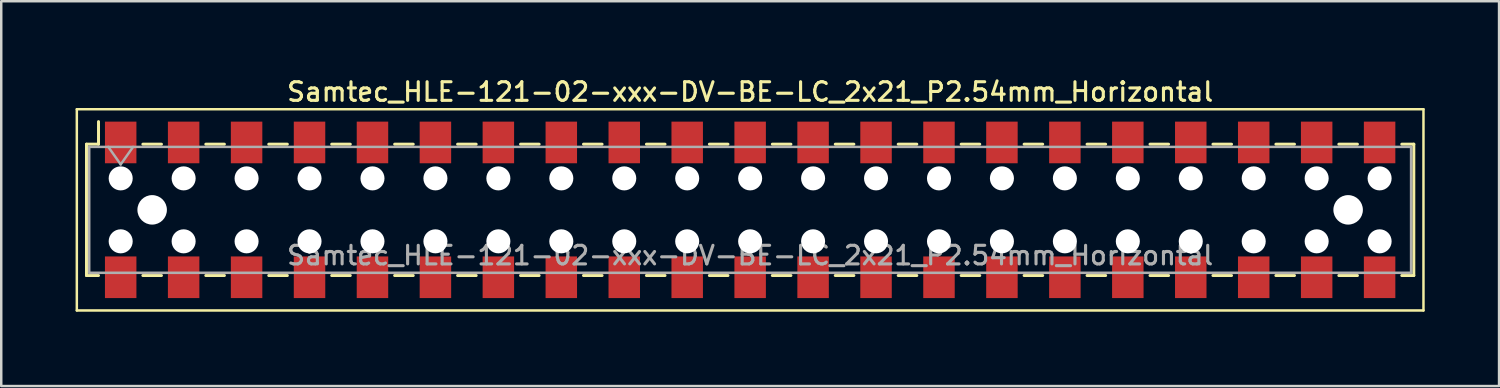
<source format=kicad_pcb>
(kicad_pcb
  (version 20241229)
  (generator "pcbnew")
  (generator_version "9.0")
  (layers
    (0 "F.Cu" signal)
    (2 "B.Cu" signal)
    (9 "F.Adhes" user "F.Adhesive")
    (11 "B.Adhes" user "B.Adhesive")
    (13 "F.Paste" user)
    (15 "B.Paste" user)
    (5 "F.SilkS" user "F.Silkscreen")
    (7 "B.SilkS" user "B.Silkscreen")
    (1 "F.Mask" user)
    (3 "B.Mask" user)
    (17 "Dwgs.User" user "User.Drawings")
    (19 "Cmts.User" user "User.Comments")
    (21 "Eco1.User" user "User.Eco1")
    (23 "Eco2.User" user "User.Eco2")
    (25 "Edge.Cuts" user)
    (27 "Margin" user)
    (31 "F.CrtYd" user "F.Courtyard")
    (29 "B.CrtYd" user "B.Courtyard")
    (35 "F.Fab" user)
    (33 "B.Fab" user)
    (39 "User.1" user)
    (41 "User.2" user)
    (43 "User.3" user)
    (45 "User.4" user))
  (footprint "Samtec_HLE-121-02-xxx-DV-BE-LC_2x21_P2.54mm_Horizontal"
    (layer "F.Cu")
    (at 27.22 5.418)
    (property "Reference" "Samtec_HLE-121-02-xxx-DV-BE-LC_2x21_P2.54mm_Horizontal" (at 0 -4.76 0) (layer "F.SilkS") (effects (font (size 0.75 0.75) (thickness 0.125))))
    (attr smd)
    (fp_line (start -27.17 -4.06) (end 27.17 -4.06) (stroke (width 0.1) (type solid)) (layer "F.SilkS"))
    (fp_line (start -27.17 4.06) (end -27.17 -4.06) (stroke (width 0.1) (type solid)) (layer "F.SilkS"))
    (fp_line (start -26.78 -2.65) (end -26.78 2.65) (stroke (width 0.12) (type solid)) (layer "F.SilkS"))
    (fp_line (start -26.78 2.65) (end -26.295 2.65) (stroke (width 0.12) (type solid)) (layer "F.SilkS"))
    (fp_line (start -26.295 -3.56) (end -26.295 -2.65) (stroke (width 0.12) (type solid)) (layer "F.SilkS"))
    (fp_line (start -26.295 -2.65) (end -26.78 -2.65) (stroke (width 0.12) (type solid)) (layer "F.SilkS"))
    (fp_line (start -24.505 -2.65) (end -23.755 -2.65) (stroke (width 0.12) (type solid)) (layer "F.SilkS"))
    (fp_line (start -24.505 2.65) (end -23.755 2.65) (stroke (width 0.12) (type solid)) (layer "F.SilkS"))
    (fp_line (start -21.965 -2.65) (end -21.215 -2.65) (stroke (width 0.12) (type solid)) (layer "F.SilkS"))
    (fp_line (start -21.965 2.65) (end -21.215 2.65) (stroke (width 0.12) (type solid)) (layer "F.SilkS"))
    (fp_line (start -19.425 -2.65) (end -18.675 -2.65) (stroke (width 0.12) (type solid)) (layer "F.SilkS"))
    (fp_line (start -19.425 2.65) (end -18.675 2.65) (stroke (width 0.12) (type solid)) (layer "F.SilkS"))
    (fp_line (start -16.885 -2.65) (end -16.135 -2.65) (stroke (width 0.12) (type solid)) (layer "F.SilkS"))
    (fp_line (start -16.885 2.65) (end -16.135 2.65) (stroke (width 0.12) (type solid)) (layer "F.SilkS"))
    (fp_line (start -14.345 -2.65) (end -13.595 -2.65) (stroke (width 0.12) (type solid)) (layer "F.SilkS"))
    (fp_line (start -14.345 2.65) (end -13.595 2.65) (stroke (width 0.12) (type solid)) (layer "F.SilkS"))
    (fp_line (start -11.805 -2.65) (end -11.055 -2.65) (stroke (width 0.12) (type solid)) (layer "F.SilkS"))
    (fp_line (start -11.805 2.65) (end -11.055 2.65) (stroke (width 0.12) (type solid)) (layer "F.SilkS"))
    (fp_line (start -9.265 -2.65) (end -8.515 -2.65) (stroke (width 0.12) (type solid)) (layer "F.SilkS"))
    (fp_line (start -9.265 2.65) (end -8.515 2.65) (stroke (width 0.12) (type solid)) (layer "F.SilkS"))
    (fp_line (start -6.725 -2.65) (end -5.975 -2.65) (stroke (width 0.12) (type solid)) (layer "F.SilkS"))
    (fp_line (start -6.725 2.65) (end -5.975 2.65) (stroke (width 0.12) (type solid)) (layer "F.SilkS"))
    (fp_line (start -4.185 -2.65) (end -3.435 -2.65) (stroke (width 0.12) (type solid)) (layer "F.SilkS"))
    (fp_line (start -4.185 2.65) (end -3.435 2.65) (stroke (width 0.12) (type solid)) (layer "F.SilkS"))
    (fp_line (start -1.645 -2.65) (end -0.895 -2.65) (stroke (width 0.12) (type solid)) (layer "F.SilkS"))
    (fp_line (start -1.645 2.65) (end -0.895 2.65) (stroke (width 0.12) (type solid)) (layer "F.SilkS"))
    (fp_line (start 0.895 -2.65) (end 1.645 -2.65) (stroke (width 0.12) (type solid)) (layer "F.SilkS"))
    (fp_line (start 0.895 2.65) (end 1.645 2.65) (stroke (width 0.12) (type solid)) (layer "F.SilkS"))
    (fp_line (start 3.435 -2.65) (end 4.185 -2.65) (stroke (width 0.12) (type solid)) (layer "F.SilkS"))
    (fp_line (start 3.435 2.65) (end 4.185 2.65) (stroke (width 0.12) (type solid)) (layer "F.SilkS"))
    (fp_line (start 5.975 -2.65) (end 6.725 -2.65) (stroke (width 0.12) (type solid)) (layer "F.SilkS"))
    (fp_line (start 5.975 2.65) (end 6.725 2.65) (stroke (width 0.12) (type solid)) (layer "F.SilkS"))
    (fp_line (start 8.515 -2.65) (end 9.265 -2.65) (stroke (width 0.12) (type solid)) (layer "F.SilkS"))
    (fp_line (start 8.515 2.65) (end 9.265 2.65) (stroke (width 0.12) (type solid)) (layer "F.SilkS"))
    (fp_line (start 11.055 -2.65) (end 11.805 -2.65) (stroke (width 0.12) (type solid)) (layer "F.SilkS"))
    (fp_line (start 11.055 2.65) (end 11.805 2.65) (stroke (width 0.12) (type solid)) (layer "F.SilkS"))
    (fp_line (start 13.595 -2.65) (end 14.345 -2.65) (stroke (width 0.12) (type solid)) (layer "F.SilkS"))
    (fp_line (start 13.595 2.65) (end 14.345 2.65) (stroke (width 0.12) (type solid)) (layer "F.SilkS"))
    (fp_line (start 16.135 -2.65) (end 16.885 -2.65) (stroke (width 0.12) (type solid)) (layer "F.SilkS"))
    (fp_line (start 16.135 2.65) (end 16.885 2.65) (stroke (width 0.12) (type solid)) (layer "F.SilkS"))
    (fp_line (start 18.675 -2.65) (end 19.425 -2.65) (stroke (width 0.12) (type solid)) (layer "F.SilkS"))
    (fp_line (start 18.675 2.65) (end 19.425 2.65) (stroke (width 0.12) (type solid)) (layer "F.SilkS"))
    (fp_line (start 21.215 -2.65) (end 21.965 -2.65) (stroke (width 0.12) (type solid)) (layer "F.SilkS"))
    (fp_line (start 21.215 2.65) (end 21.965 2.65) (stroke (width 0.12) (type solid)) (layer "F.SilkS"))
    (fp_line (start 23.755 -2.65) (end 24.505 -2.65) (stroke (width 0.12) (type solid)) (layer "F.SilkS"))
    (fp_line (start 23.755 2.65) (end 24.505 2.65) (stroke (width 0.12) (type solid)) (layer "F.SilkS"))
    (fp_line (start 26.295 -2.65) (end 26.78 -2.65) (stroke (width 0.12) (type solid)) (layer "F.SilkS"))
    (fp_line (start 26.78 -2.65) (end 26.78 2.65) (stroke (width 0.12) (type solid)) (layer "F.SilkS"))
    (fp_line (start 26.78 2.65) (end 26.295 2.65) (stroke (width 0.12) (type solid)) (layer "F.SilkS"))
    (fp_line (start 27.17 -4.06) (end 27.17 4.06) (stroke (width 0.1) (type solid)) (layer "F.SilkS"))
    (fp_line (start 27.17 4.06) (end -27.17 4.06) (stroke (width 0.1) (type solid)) (layer "F.SilkS"))
    (fp_line (start -26.67 -2.54) (end 26.67 -2.54) (stroke (width 0.1) (type solid)) (layer "F.Fab"))
    (fp_line (start -26.67 2.54) (end -26.67 -2.54) (stroke (width 0.1) (type solid)) (layer "F.Fab"))
    (fp_line (start -25.9 -2.54) (end -25.4 -1.833) (stroke (width 0.1) (type solid)) (layer "F.Fab"))
    (fp_line (start -25.4 -1.833) (end -24.9 -2.54) (stroke (width 0.1) (type solid)) (layer "F.Fab"))
    (fp_line (start 26.67 -2.54) (end 26.67 2.54) (stroke (width 0.1) (type solid)) (layer "F.Fab"))
    (fp_line (start 26.67 2.54) (end -26.67 2.54) (stroke (width 0.1) (type solid)) (layer "F.Fab"))
    (fp_text user "${REFERENCE}" (at 0 1.84 0) (layer "F.Fab") (effects (font (size 0.75 0.75) (thickness 0.125))))
    (pad "" np_thru_hole circle (at -25.4 -1.27) (size 0.97 0.97) (drill 0.97) (layers "*.Cu" "*.Mask"))
    (pad "" np_thru_hole circle (at -25.4 1.27) (size 0.97 0.97) (drill 0.97) (layers "*.Cu" "*.Mask"))
    (pad "" np_thru_hole circle (at -24.13 0) (size 1.19 1.19) (drill 1.19) (layers "*.Cu" "*.Mask"))
    (pad "" np_thru_hole circle (at -22.86 -1.27) (size 0.97 0.97) (drill 0.97) (layers "*.Cu" "*.Mask"))
    (pad "" np_thru_hole circle (at -22.86 1.27) (size 0.97 0.97) (drill 0.97) (layers "*.Cu" "*.Mask"))
    (pad "" np_thru_hole circle (at -20.32 -1.27) (size 0.97 0.97) (drill 0.97) (layers "*.Cu" "*.Mask"))
    (pad "" np_thru_hole circle (at -20.32 1.27) (size 0.97 0.97) (drill 0.97) (layers "*.Cu" "*.Mask"))
    (pad "" np_thru_hole circle (at -17.78 -1.27) (size 0.97 0.97) (drill 0.97) (layers "*.Cu" "*.Mask"))
    (pad "" np_thru_hole circle (at -17.78 1.27) (size 0.97 0.97) (drill 0.97) (layers "*.Cu" "*.Mask"))
    (pad "" np_thru_hole circle (at -15.24 -1.27) (size 0.97 0.97) (drill 0.97) (layers "*.Cu" "*.Mask"))
    (pad "" np_thru_hole circle (at -15.24 1.27) (size 0.97 0.97) (drill 0.97) (layers "*.Cu" "*.Mask"))
    (pad "" np_thru_hole circle (at -12.7 -1.27) (size 0.97 0.97) (drill 0.97) (layers "*.Cu" "*.Mask"))
    (pad "" np_thru_hole circle (at -12.7 1.27) (size 0.97 0.97) (drill 0.97) (layers "*.Cu" "*.Mask"))
    (pad "" np_thru_hole circle (at -10.16 -1.27) (size 0.97 0.97) (drill 0.97) (layers "*.Cu" "*.Mask"))
    (pad "" np_thru_hole circle (at -10.16 1.27) (size 0.97 0.97) (drill 0.97) (layers "*.Cu" "*.Mask"))
    (pad "" np_thru_hole circle (at -7.62 -1.27) (size 0.97 0.97) (drill 0.97) (layers "*.Cu" "*.Mask"))
    (pad "" np_thru_hole circle (at -7.62 1.27) (size 0.97 0.97) (drill 0.97) (layers "*.Cu" "*.Mask"))
    (pad "" np_thru_hole circle (at -5.08 -1.27) (size 0.97 0.97) (drill 0.97) (layers "*.Cu" "*.Mask"))
    (pad "" np_thru_hole circle (at -5.08 1.27) (size 0.97 0.97) (drill 0.97) (layers "*.Cu" "*.Mask"))
    (pad "" np_thru_hole circle (at -2.54 -1.27) (size 0.97 0.97) (drill 0.97) (layers "*.Cu" "*.Mask"))
    (pad "" np_thru_hole circle (at -2.54 1.27) (size 0.97 0.97) (drill 0.97) (layers "*.Cu" "*.Mask"))
    (pad "" np_thru_hole circle (at 0 -1.27) (size 0.97 0.97) (drill 0.97) (layers "*.Cu" "*.Mask"))
    (pad "" np_thru_hole circle (at 0 1.27) (size 0.97 0.97) (drill 0.97) (layers "*.Cu" "*.Mask"))
    (pad "" np_thru_hole circle (at 2.54 -1.27) (size 0.97 0.97) (drill 0.97) (layers "*.Cu" "*.Mask"))
    (pad "" np_thru_hole circle (at 2.54 1.27) (size 0.97 0.97) (drill 0.97) (layers "*.Cu" "*.Mask"))
    (pad "" np_thru_hole circle (at 5.08 -1.27) (size 0.97 0.97) (drill 0.97) (layers "*.Cu" "*.Mask"))
    (pad "" np_thru_hole circle (at 5.08 1.27) (size 0.97 0.97) (drill 0.97) (layers "*.Cu" "*.Mask"))
    (pad "" np_thru_hole circle (at 7.62 -1.27) (size 0.97 0.97) (drill 0.97) (layers "*.Cu" "*.Mask"))
    (pad "" np_thru_hole circle (at 7.62 1.27) (size 0.97 0.97) (drill 0.97) (layers "*.Cu" "*.Mask"))
    (pad "" np_thru_hole circle (at 10.16 -1.27) (size 0.97 0.97) (drill 0.97) (layers "*.Cu" "*.Mask"))
    (pad "" np_thru_hole circle (at 10.16 1.27) (size 0.97 0.97) (drill 0.97) (layers "*.Cu" "*.Mask"))
    (pad "" np_thru_hole circle (at 12.7 -1.27) (size 0.97 0.97) (drill 0.97) (layers "*.Cu" "*.Mask"))
    (pad "" np_thru_hole circle (at 12.7 1.27) (size 0.97 0.97) (drill 0.97) (layers "*.Cu" "*.Mask"))
    (pad "" np_thru_hole circle (at 15.24 -1.27) (size 0.97 0.97) (drill 0.97) (layers "*.Cu" "*.Mask"))
    (pad "" np_thru_hole circle (at 15.24 1.27) (size 0.97 0.97) (drill 0.97) (layers "*.Cu" "*.Mask"))
    (pad "" np_thru_hole circle (at 17.78 -1.27) (size 0.97 0.97) (drill 0.97) (layers "*.Cu" "*.Mask"))
    (pad "" np_thru_hole circle (at 17.78 1.27) (size 0.97 0.97) (drill 0.97) (layers "*.Cu" "*.Mask"))
    (pad "" np_thru_hole circle (at 20.32 -1.27) (size 0.97 0.97) (drill 0.97) (layers "*.Cu" "*.Mask"))
    (pad "" np_thru_hole circle (at 20.32 1.27) (size 0.97 0.97) (drill 0.97) (layers "*.Cu" "*.Mask"))
    (pad "" np_thru_hole circle (at 22.86 -1.27) (size 0.97 0.97) (drill 0.97) (layers "*.Cu" "*.Mask"))
    (pad "" np_thru_hole circle (at 22.86 1.27) (size 0.97 0.97) (drill 0.97) (layers "*.Cu" "*.Mask"))
    (pad "" np_thru_hole circle (at 24.13 0) (size 1.19 1.19) (drill 1.19) (layers "*.Cu" "*.Mask"))
    (pad "" np_thru_hole circle (at 25.4 -1.27) (size 0.97 0.97) (drill 0.97) (layers "*.Cu" "*.Mask"))
    (pad "" np_thru_hole circle (at 25.4 1.27) (size 0.97 0.97) (drill 0.97) (layers "*.Cu" "*.Mask"))
    (pad "1" smd rect (at -25.4 -2.72) (size 1.27 1.68) (layers "F.Cu" "F.Mask" "F.Paste"))
    (pad "2" smd rect (at -25.4 2.72) (size 1.27 1.68) (layers "F.Cu" "F.Mask" "F.Paste"))
    (pad "3" smd rect (at -22.86 -2.72) (size 1.27 1.68) (layers "F.Cu" "F.Mask" "F.Paste"))
    (pad "4" smd rect (at -22.86 2.72) (size 1.27 1.68) (layers "F.Cu" "F.Mask" "F.Paste"))
    (pad "5" smd rect (at -20.32 -2.72) (size 1.27 1.68) (layers "F.Cu" "F.Mask" "F.Paste"))
    (pad "6" smd rect (at -20.32 2.72) (size 1.27 1.68) (layers "F.Cu" "F.Mask" "F.Paste"))
    (pad "7" smd rect (at -17.78 -2.72) (size 1.27 1.68) (layers "F.Cu" "F.Mask" "F.Paste"))
    (pad "8" smd rect (at -17.78 2.72) (size 1.27 1.68) (layers "F.Cu" "F.Mask" "F.Paste"))
    (pad "9" smd rect (at -15.24 -2.72) (size 1.27 1.68) (layers "F.Cu" "F.Mask" "F.Paste"))
    (pad "10" smd rect (at -15.24 2.72) (size 1.27 1.68) (layers "F.Cu" "F.Mask" "F.Paste"))
    (pad "11" smd rect (at -12.7 -2.72) (size 1.27 1.68) (layers "F.Cu" "F.Mask" "F.Paste"))
    (pad "12" smd rect (at -12.7 2.72) (size 1.27 1.68) (layers "F.Cu" "F.Mask" "F.Paste"))
    (pad "13" smd rect (at -10.16 -2.72) (size 1.27 1.68) (layers "F.Cu" "F.Mask" "F.Paste"))
    (pad "14" smd rect (at -10.16 2.72) (size 1.27 1.68) (layers "F.Cu" "F.Mask" "F.Paste"))
    (pad "15" smd rect (at -7.62 -2.72) (size 1.27 1.68) (layers "F.Cu" "F.Mask" "F.Paste"))
    (pad "16" smd rect (at -7.62 2.72) (size 1.27 1.68) (layers "F.Cu" "F.Mask" "F.Paste"))
    (pad "17" smd rect (at -5.08 -2.72) (size 1.27 1.68) (layers "F.Cu" "F.Mask" "F.Paste"))
    (pad "18" smd rect (at -5.08 2.72) (size 1.27 1.68) (layers "F.Cu" "F.Mask" "F.Paste"))
    (pad "19" smd rect (at -2.54 -2.72) (size 1.27 1.68) (layers "F.Cu" "F.Mask" "F.Paste"))
    (pad "20" smd rect (at -2.54 2.72) (size 1.27 1.68) (layers "F.Cu" "F.Mask" "F.Paste"))
    (pad "21" smd rect (at 0 -2.72) (size 1.27 1.68) (layers "F.Cu" "F.Mask" "F.Paste"))
    (pad "22" smd rect (at 0 2.72) (size 1.27 1.68) (layers "F.Cu" "F.Mask" "F.Paste"))
    (pad "23" smd rect (at 2.54 -2.72) (size 1.27 1.68) (layers "F.Cu" "F.Mask" "F.Paste"))
    (pad "24" smd rect (at 2.54 2.72) (size 1.27 1.68) (layers "F.Cu" "F.Mask" "F.Paste"))
    (pad "25" smd rect (at 5.08 -2.72) (size 1.27 1.68) (layers "F.Cu" "F.Mask" "F.Paste"))
    (pad "26" smd rect (at 5.08 2.72) (size 1.27 1.68) (layers "F.Cu" "F.Mask" "F.Paste"))
    (pad "27" smd rect (at 7.62 -2.72) (size 1.27 1.68) (layers "F.Cu" "F.Mask" "F.Paste"))
    (pad "28" smd rect (at 7.62 2.72) (size 1.27 1.68) (layers "F.Cu" "F.Mask" "F.Paste"))
    (pad "29" smd rect (at 10.16 -2.72) (size 1.27 1.68) (layers "F.Cu" "F.Mask" "F.Paste"))
    (pad "30" smd rect (at 10.16 2.72) (size 1.27 1.68) (layers "F.Cu" "F.Mask" "F.Paste"))
    (pad "31" smd rect (at 12.7 -2.72) (size 1.27 1.68) (layers "F.Cu" "F.Mask" "F.Paste"))
    (pad "32" smd rect (at 12.7 2.72) (size 1.27 1.68) (layers "F.Cu" "F.Mask" "F.Paste"))
    (pad "33" smd rect (at 15.24 -2.72) (size 1.27 1.68) (layers "F.Cu" "F.Mask" "F.Paste"))
    (pad "34" smd rect (at 15.24 2.72) (size 1.27 1.68) (layers "F.Cu" "F.Mask" "F.Paste"))
    (pad "35" smd rect (at 17.78 -2.72) (size 1.27 1.68) (layers "F.Cu" "F.Mask" "F.Paste"))
    (pad "36" smd rect (at 17.78 2.72) (size 1.27 1.68) (layers "F.Cu" "F.Mask" "F.Paste"))
    (pad "37" smd rect (at 20.32 -2.72) (size 1.27 1.68) (layers "F.Cu" "F.Mask" "F.Paste"))
    (pad "38" smd rect (at 20.32 2.72) (size 1.27 1.68) (layers "F.Cu" "F.Mask" "F.Paste"))
    (pad "39" smd rect (at 22.86 -2.72) (size 1.27 1.68) (layers "F.Cu" "F.Mask" "F.Paste"))
    (pad "40" smd rect (at 22.86 2.72) (size 1.27 1.68) (layers "F.Cu" "F.Mask" "F.Paste"))
    (pad "41" smd rect (at 25.4 -2.72) (size 1.27 1.68) (layers "F.Cu" "F.Mask" "F.Paste"))
    (pad "42" smd rect (at 25.4 2.72) (size 1.27 1.68) (layers "F.Cu" "F.Mask" "F.Paste")))
  (gr_rect
    (start -3 -3)
    (end 57.44 12.528)
    (stroke (width 0.1) (type default))
    (fill no)
    (layer "Edge.Cuts")))
</source>
